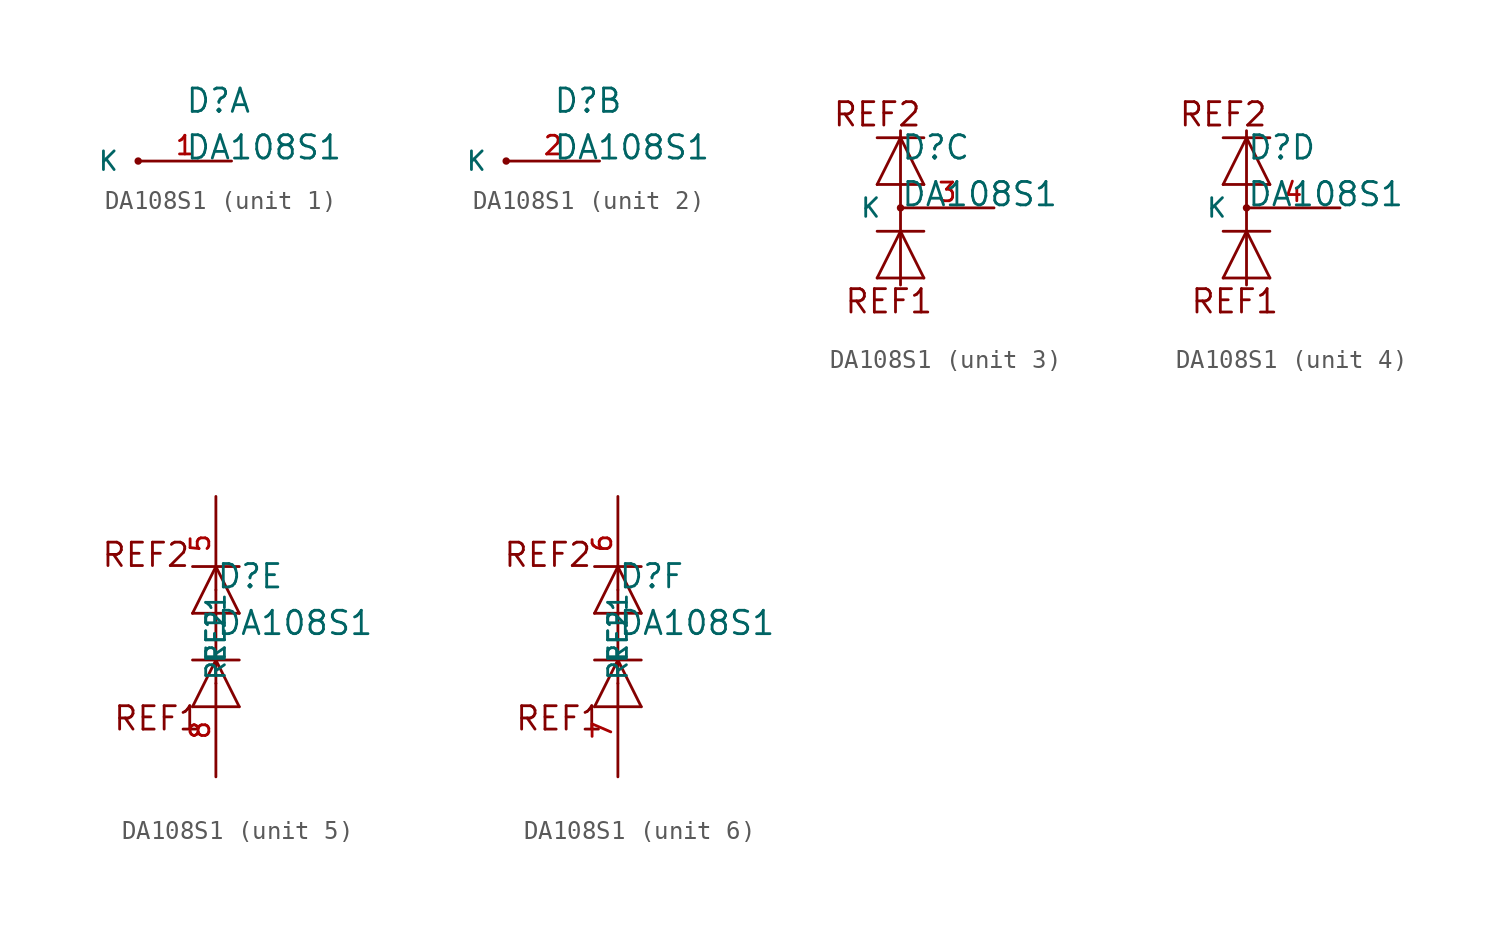
<source format=kicad_sym>
(kicad_symbol_lib
  (version 20211014)
  (generator kicad_symbol_editor)
  (symbol "DA108S1"
    (pin_names
      (offset 1.016))
    (property "Reference" "D"
      (at 0 2.54 0)
      (effects (font (size 1.27 1.27)) (justify left bottom)))
    (property "Value" "DA108S1"
      (at 0 0 0)
      (effects (font (size 1.27 1.27)) (justify left bottom)))
    (property "ki_locked" ""
      (at 0 0 0)
      (effects (font (size 1.27 1.27))))
    (symbol "DA108S1_1_1"
      (circle (center -2.54 0) (radius 0.127) (stroke (width 0) (type default) (color 0 0 0 0)) (fill (type outline)))
      (pin passive line (at 2.54 0 180) (length 5.08) (name "K" (effects (font (size 1.016 1.016)))) (number "1" (effects (font (size 1.016 1.016))))))
    (symbol "DA108S1_2_1"
      (circle (center -2.54 0) (radius 0.127) (stroke (width 0) (type default) (color 0 0 0 0)) (fill (type outline)))
      (pin passive line (at 2.54 0 180) (length 5.08) (name "K" (effects (font (size 1.016 1.016)))) (number "2" (effects (font (size 1.016 1.016))))))
    (symbol "DA108S1_3_0"
      (polyline (pts (xy -1.27 -3.81) (xy 1.27 -3.81)) (stroke (width 0) (type default) (color 0 0 0 0)) (fill (type none)))
      (polyline (pts (xy -1.27 -1.27) (xy 0 -1.27)) (stroke (width 0) (type default) (color 0 0 0 0)) (fill (type none)))
      (polyline (pts (xy -1.27 1.27) (xy 1.27 1.27)) (stroke (width 0) (type default) (color 0 0 0 0)) (fill (type none)))
      (polyline (pts (xy -1.27 3.81) (xy 0 3.81)) (stroke (width 0) (type default) (color 0 0 0 0)) (fill (type none)))
      (polyline (pts (xy 0 -4.191) (xy 0 -1.27)) (stroke (width 0) (type default) (color 0 0 0 0)) (fill (type none)))
      (polyline (pts (xy 0 -1.27) (xy -1.27 -3.81)) (stroke (width 0) (type default) (color 0 0 0 0)) (fill (type none)))
      (polyline (pts (xy 0 -1.27) (xy 1.27 -1.27)) (stroke (width 0) (type default) (color 0 0 0 0)) (fill (type none)))
      (polyline (pts (xy 0 3.81) (xy -1.27 1.27)) (stroke (width 0) (type default) (color 0 0 0 0)) (fill (type none)))
      (polyline (pts (xy 0 3.81) (xy 0 -1.27)) (stroke (width 0) (type default) (color 0 0 0 0)) (fill (type none)))
      (polyline (pts (xy 0 3.81) (xy 0 4.191)) (stroke (width 0) (type default) (color 0 0 0 0)) (fill (type none)))
      (polyline (pts (xy 0 3.81) (xy 1.27 3.81)) (stroke (width 0) (type default) (color 0 0 0 0)) (fill (type none)))
      (polyline (pts (xy 1.27 -3.81) (xy 0 -1.27)) (stroke (width 0) (type default) (color 0 0 0 0)) (fill (type none)))
      (polyline (pts (xy 1.27 1.27) (xy 0 3.81)) (stroke (width 0) (type default) (color 0 0 0 0)) (fill (type none)))
      (text "REF1" (at -0.635 -5.08 0) (effects (font (size 1.27 1.27))))
      (text "REF2" (at -1.27 5.08 0) (effects (font (size 1.27 1.27)))))
    (symbol "DA108S1_3_1"
      (circle (center 0 0) (radius 0.127) (stroke (width 0) (type default) (color 0 0 0 0)) (fill (type outline)))
      (pin passive line (at 5.08 0 180) (length 5.08) (name "K" (effects (font (size 1.016 1.016)))) (number "3" (effects (font (size 1.016 1.016))))))
    (symbol "DA108S1_4_0"
      (polyline (pts (xy -1.27 -3.81) (xy 1.27 -3.81)) (stroke (width 0) (type default) (color 0 0 0 0)) (fill (type none)))
      (polyline (pts (xy -1.27 -1.27) (xy 0 -1.27)) (stroke (width 0) (type default) (color 0 0 0 0)) (fill (type none)))
      (polyline (pts (xy -1.27 1.27) (xy 1.27 1.27)) (stroke (width 0) (type default) (color 0 0 0 0)) (fill (type none)))
      (polyline (pts (xy -1.27 3.81) (xy 0 3.81)) (stroke (width 0) (type default) (color 0 0 0 0)) (fill (type none)))
      (polyline (pts (xy 0 -4.191) (xy 0 -1.27)) (stroke (width 0) (type default) (color 0 0 0 0)) (fill (type none)))
      (polyline (pts (xy 0 -1.27) (xy -1.27 -3.81)) (stroke (width 0) (type default) (color 0 0 0 0)) (fill (type none)))
      (polyline (pts (xy 0 -1.27) (xy 1.27 -1.27)) (stroke (width 0) (type default) (color 0 0 0 0)) (fill (type none)))
      (polyline (pts (xy 0 3.81) (xy -1.27 1.27)) (stroke (width 0) (type default) (color 0 0 0 0)) (fill (type none)))
      (polyline (pts (xy 0 3.81) (xy 0 -1.27)) (stroke (width 0) (type default) (color 0 0 0 0)) (fill (type none)))
      (polyline (pts (xy 0 3.81) (xy 0 4.191)) (stroke (width 0) (type default) (color 0 0 0 0)) (fill (type none)))
      (polyline (pts (xy 0 3.81) (xy 1.27 3.81)) (stroke (width 0) (type default) (color 0 0 0 0)) (fill (type none)))
      (polyline (pts (xy 1.27 -3.81) (xy 0 -1.27)) (stroke (width 0) (type default) (color 0 0 0 0)) (fill (type none)))
      (polyline (pts (xy 1.27 1.27) (xy 0 3.81)) (stroke (width 0) (type default) (color 0 0 0 0)) (fill (type none)))
      (text "REF1" (at -0.635 -5.08 0) (effects (font (size 1.27 1.27))))
      (text "REF2" (at -1.27 5.08 0) (effects (font (size 1.27 1.27)))))
    (symbol "DA108S1_4_1"
      (circle (center 0 0) (radius 0.127) (stroke (width 0) (type default) (color 0 0 0 0)) (fill (type outline)))
      (pin passive line (at 5.08 0 180) (length 5.08) (name "K" (effects (font (size 1.016 1.016)))) (number "4" (effects (font (size 1.016 1.016))))))
    (symbol "DA108S1_5_0"
      (polyline (pts (xy -1.27 -3.81) (xy 1.27 -3.81)) (stroke (width 0) (type default) (color 0 0 0 0)) (fill (type none)))
      (polyline (pts (xy -1.27 -1.27) (xy 0 -1.27)) (stroke (width 0) (type default) (color 0 0 0 0)) (fill (type none)))
      (polyline (pts (xy -1.27 1.27) (xy 1.27 1.27)) (stroke (width 0) (type default) (color 0 0 0 0)) (fill (type none)))
      (polyline (pts (xy -1.27 3.81) (xy 0 3.81)) (stroke (width 0) (type default) (color 0 0 0 0)) (fill (type none)))
      (polyline (pts (xy 0 -1.27) (xy -1.27 -3.81)) (stroke (width 0) (type default) (color 0 0 0 0)) (fill (type none)))
      (polyline (pts (xy 0 -1.27) (xy 0 -2.54)) (stroke (width 0) (type default) (color 0 0 0 0)) (fill (type none)))
      (polyline (pts (xy 0 -1.27) (xy 1.27 -1.27)) (stroke (width 0) (type default) (color 0 0 0 0)) (fill (type none)))
      (polyline (pts (xy 0 2.54) (xy 0 -1.27)) (stroke (width 0) (type default) (color 0 0 0 0)) (fill (type none)))
      (polyline (pts (xy 0 3.81) (xy -1.27 1.27)) (stroke (width 0) (type default) (color 0 0 0 0)) (fill (type none)))
      (polyline (pts (xy 0 3.81) (xy 1.27 3.81)) (stroke (width 0) (type default) (color 0 0 0 0)) (fill (type none)))
      (polyline (pts (xy 1.27 -3.81) (xy 0 -1.27)) (stroke (width 0) (type default) (color 0 0 0 0)) (fill (type none)))
      (polyline (pts (xy 1.27 1.27) (xy 0 3.81)) (stroke (width 0) (type default) (color 0 0 0 0)) (fill (type none)))
      (text "REF1" (at -3.175 -4.445 0) (effects (font (size 1.27 1.27))))
      (text "REF2" (at -3.81 4.445 0) (effects (font (size 1.27 1.27)))))
    (symbol "DA108S1_5_1"
      (pin passive line (at 0 7.62 270) (length 5.08) (name "REF2" (effects (font (size 1.016 1.016)))) (number "5" (effects (font (size 1.016 1.016)))))
      (pin passive line (at 0 -7.62 90) (length 5.08) (name "REF1" (effects (font (size 1.016 1.016)))) (number "8" (effects (font (size 1.016 1.016))))))
    (symbol "DA108S1_6_0"
      (polyline (pts (xy -1.27 -3.81) (xy 1.27 -3.81)) (stroke (width 0) (type default) (color 0 0 0 0)) (fill (type none)))
      (polyline (pts (xy -1.27 -1.27) (xy 0 -1.27)) (stroke (width 0) (type default) (color 0 0 0 0)) (fill (type none)))
      (polyline (pts (xy -1.27 1.27) (xy 1.27 1.27)) (stroke (width 0) (type default) (color 0 0 0 0)) (fill (type none)))
      (polyline (pts (xy -1.27 3.81) (xy 0 3.81)) (stroke (width 0) (type default) (color 0 0 0 0)) (fill (type none)))
      (polyline (pts (xy 0 -1.27) (xy -1.27 -3.81)) (stroke (width 0) (type default) (color 0 0 0 0)) (fill (type none)))
      (polyline (pts (xy 0 -1.27) (xy 0 -2.54)) (stroke (width 0) (type default) (color 0 0 0 0)) (fill (type none)))
      (polyline (pts (xy 0 -1.27) (xy 1.27 -1.27)) (stroke (width 0) (type default) (color 0 0 0 0)) (fill (type none)))
      (polyline (pts (xy 0 2.54) (xy 0 -1.27)) (stroke (width 0) (type default) (color 0 0 0 0)) (fill (type none)))
      (polyline (pts (xy 0 3.81) (xy -1.27 1.27)) (stroke (width 0) (type default) (color 0 0 0 0)) (fill (type none)))
      (polyline (pts (xy 0 3.81) (xy 1.27 3.81)) (stroke (width 0) (type default) (color 0 0 0 0)) (fill (type none)))
      (polyline (pts (xy 1.27 -3.81) (xy 0 -1.27)) (stroke (width 0) (type default) (color 0 0 0 0)) (fill (type none)))
      (polyline (pts (xy 1.27 1.27) (xy 0 3.81)) (stroke (width 0) (type default) (color 0 0 0 0)) (fill (type none)))
      (text "REF1" (at -3.175 -4.445 0) (effects (font (size 1.27 1.27))))
      (text "REF2" (at -3.81 4.445 0) (effects (font (size 1.27 1.27)))))
    (symbol "DA108S1_6_1"
      (pin passive line (at 0 7.62 270) (length 5.08) (name "REF2" (effects (font (size 1.016 1.016)))) (number "6" (effects (font (size 1.016 1.016)))))
      (pin passive line (at 0 -7.62 90) (length 5.08) (name "REF1" (effects (font (size 1.016 1.016)))) (number "7" (effects (font (size 1.016 1.016))))))))
</source>
